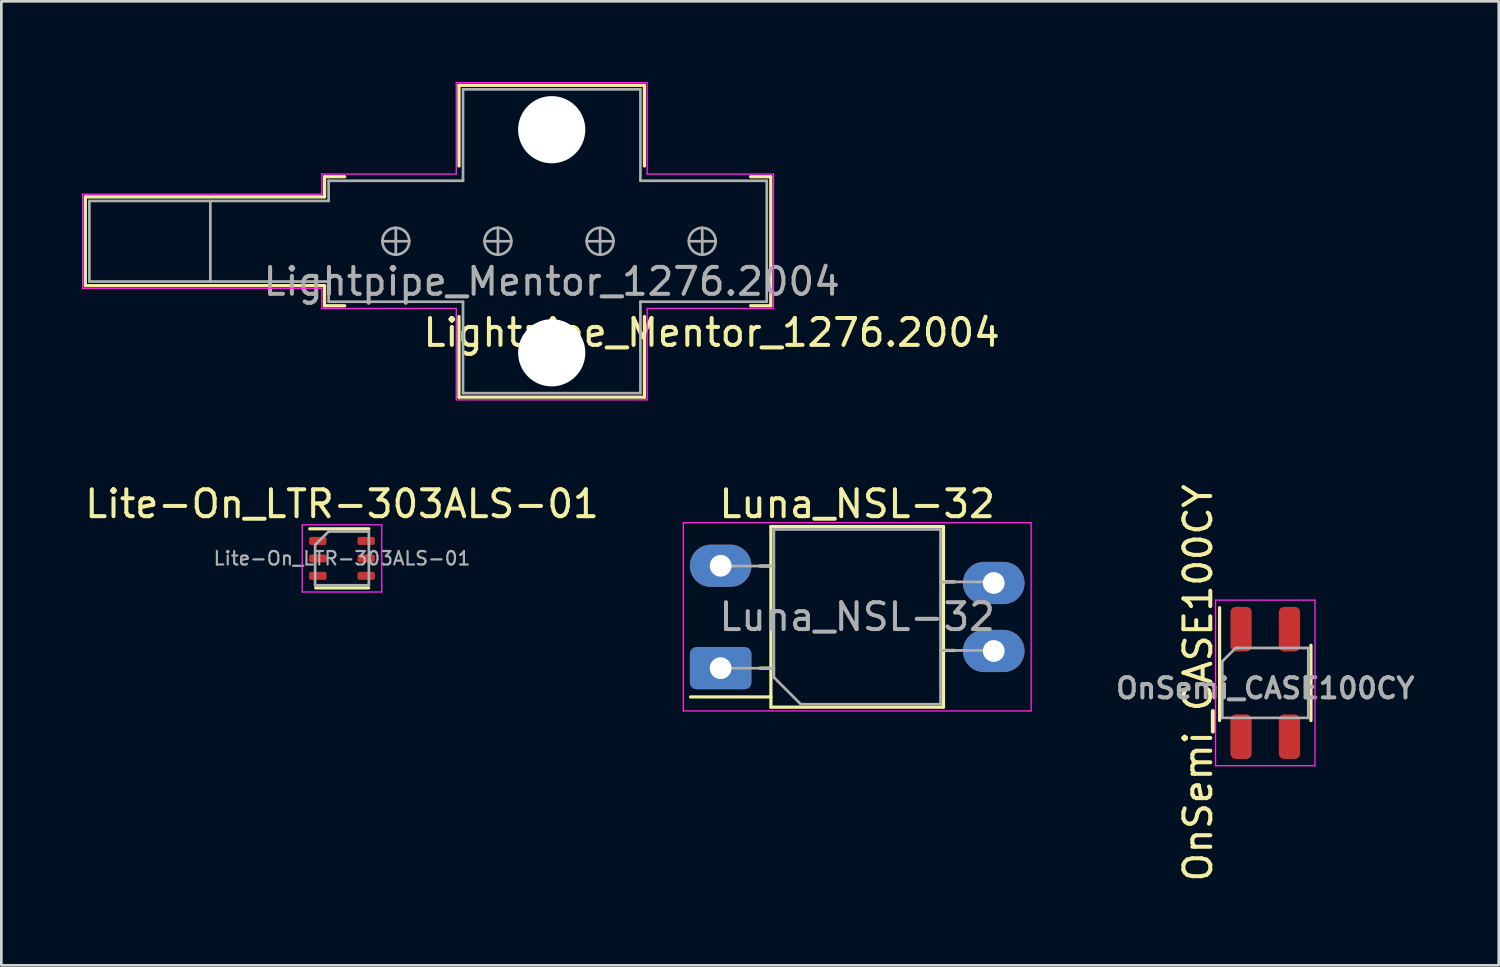
<source format=kicad_pcb>
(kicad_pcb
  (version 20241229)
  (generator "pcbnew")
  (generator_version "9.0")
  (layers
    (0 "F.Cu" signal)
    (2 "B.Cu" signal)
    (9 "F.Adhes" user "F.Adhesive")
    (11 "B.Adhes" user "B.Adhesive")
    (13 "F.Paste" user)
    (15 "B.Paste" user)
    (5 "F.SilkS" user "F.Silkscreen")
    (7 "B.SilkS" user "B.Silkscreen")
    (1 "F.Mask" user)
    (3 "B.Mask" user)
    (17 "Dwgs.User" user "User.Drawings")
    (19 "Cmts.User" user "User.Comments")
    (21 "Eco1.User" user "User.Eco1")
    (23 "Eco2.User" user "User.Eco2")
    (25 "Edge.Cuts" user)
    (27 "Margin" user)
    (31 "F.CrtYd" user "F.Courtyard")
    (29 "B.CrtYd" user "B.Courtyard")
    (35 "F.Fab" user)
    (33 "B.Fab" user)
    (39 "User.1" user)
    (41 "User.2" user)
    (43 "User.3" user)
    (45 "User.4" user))
  (footprint "Lite-On_LTR-303ALS-01"
    (layer "F.Cu")
    (at 9.673 17.723)
    (property "Reference" "Lite-On_LTR-303ALS-01" (at 0 -2.025 0) (layer "F.SilkS") (effects (font (size 1 1) (thickness 0.15))))
    (attr smd)
    (fp_line (start -1.2 -1.1) (end 1 -1.1) (stroke (width 0.12) (type solid)) (layer "F.SilkS"))
    (fp_line (start -0.98 1.1) (end 0.99 1.1) (stroke (width 0.12) (type solid)) (layer "F.SilkS"))
    (fp_line (start -1.48 -1.25) (end -1.48 1.25) (stroke (width 0.05) (type solid)) (layer "F.CrtYd"))
    (fp_line (start -1.48 1.25) (end 1.48 1.25) (stroke (width 0.05) (type solid)) (layer "F.CrtYd"))
    (fp_line (start 1.48 -1.25) (end -1.48 -1.25) (stroke (width 0.05) (type solid)) (layer "F.CrtYd"))
    (fp_line (start 1.48 1.25) (end 1.48 -1.25) (stroke (width 0.05) (type solid)) (layer "F.CrtYd"))
    (fp_line (start -1 -0.5) (end -0.5 -1) (stroke (width 0.1) (type solid)) (layer "F.Fab"))
    (fp_line (start -1 1) (end -1 -0.5) (stroke (width 0.1) (type solid)) (layer "F.Fab"))
    (fp_line (start -0.5 -1) (end 1 -1) (stroke (width 0.1) (type solid)) (layer "F.Fab"))
    (fp_line (start 1 -1) (end 1 1) (stroke (width 0.1) (type solid)) (layer "F.Fab"))
    (fp_line (start 1 1) (end -1 1) (stroke (width 0.1) (type solid)) (layer "F.Fab"))
    (fp_text user "${REFERENCE}" (at 0 0 0) (layer "F.Fab") (effects (font (size 0.5 0.5) (thickness 0.08))))
    (pad "1" smd roundrect (at -0.9 -0.65) (size 0.65 0.3) (layers "F.Cu" "F.Mask" "F.Paste") (roundrect_rratio 0.25))
    (pad "2" smd roundrect (at -0.9 0) (size 0.65 0.3) (layers "F.Cu" "F.Mask" "F.Paste") (roundrect_rratio 0.25))
    (pad "3" smd roundrect (at -0.9 0.65) (size 0.65 0.3) (layers "F.Cu" "F.Mask" "F.Paste") (roundrect_rratio 0.25))
    (pad "4" smd roundrect (at 0.9 0.65) (size 0.65 0.3) (layers "F.Cu" "F.Mask" "F.Paste") (roundrect_rratio 0.25))
    (pad "5" smd roundrect (at 0.9 0) (size 0.65 0.3) (layers "F.Cu" "F.Mask" "F.Paste") (roundrect_rratio 0.25))
    (pad "6" smd roundrect (at 0.9 -0.65) (size 0.65 0.3) (layers "F.Cu" "F.Mask" "F.Paste") (roundrect_rratio 0.25)))
  (footprint "OnSemi_CASE100CY"
    (layer "F.Cu")
    (at 44.021 22.356)
    (property "Reference" "OnSemi_CASE100CY" (at -2.5 0 90) (layer "F.SilkS") (effects (font (size 1 1) (thickness 0.15))))
    (attr smd)
    (fp_line (start -1.7 1.4) (end -1.7 -2.8) (stroke (width 0.12) (type solid)) (layer "F.SilkS"))
    (fp_line (start 1.7 1.4) (end 1.7 -1.4) (stroke (width 0.12) (type solid)) (layer "F.SilkS"))
    (fp_line (start -1.85 -3.08) (end -1.85 3.08) (stroke (width 0.05) (type solid)) (layer "F.CrtYd"))
    (fp_line (start -1.85 -3.08) (end 1.85 -3.08) (stroke (width 0.05) (type solid)) (layer "F.CrtYd"))
    (fp_line (start 1.85 3.08) (end -1.85 3.08) (stroke (width 0.05) (type solid)) (layer "F.CrtYd"))
    (fp_line (start 1.85 3.08) (end 1.85 -3.08) (stroke (width 0.05) (type solid)) (layer "F.CrtYd"))
    (fp_line (start -1.6 -0.8) (end -1.1 -1.3) (stroke (width 0.1) (type solid)) (layer "F.Fab"))
    (fp_line (start -1.6 1.3) (end -1.6 -0.8) (stroke (width 0.1) (type solid)) (layer "F.Fab"))
    (fp_line (start -1.1 -1.3) (end 1.6 -1.3) (stroke (width 0.1) (type solid)) (layer "F.Fab"))
    (fp_line (start 1.6 -1.3) (end 1.6 1.3) (stroke (width 0.1) (type solid)) (layer "F.Fab"))
    (fp_line (start 1.6 1.3) (end -1.6 1.3) (stroke (width 0.1) (type solid)) (layer "F.Fab"))
    (fp_text user "${REFERENCE}" (at 0 0.2 0) (layer "F.Fab") (effects (font (size 0.75 0.75) (thickness 0.15))))
    (pad "1" smd roundrect (at -0.9 -2) (size 0.79 1.66) (layers "F.Cu" "F.Mask" "F.Paste") (roundrect_rratio 0.25))
    (pad "2" smd roundrect (at -0.9 2) (size 0.79 1.66) (layers "F.Cu" "F.Mask" "F.Paste") (roundrect_rratio 0.25))
    (pad "3" smd roundrect (at 0.9 2) (size 0.79 1.66) (layers "F.Cu" "F.Mask" "F.Paste") (roundrect_rratio 0.25))
    (pad "4" smd roundrect (at 0.9 -2) (size 0.79 1.66) (layers "F.Cu" "F.Mask" "F.Paste") (roundrect_rratio 0.25)))
  (footprint "Lightpipe_Mentor_1276.2004"
    (layer "F.Cu")
    (at 17.475 5.925)
    (property "Reference" "Lightpipe_Mentor_1276.2004" (at 5.95 3.4 0) (layer "F.SilkS") (effects (font (size 1 1) (thickness 0.15))))
    (attr through_hole)
    (fp_line (start -17.35 -1.65) (end -17.35 1.65) (stroke (width 0.12) (type solid)) (layer "F.SilkS"))
    (fp_line (start -17.35 1.65) (end -8.45 1.65) (stroke (width 0.12) (type solid)) (layer "F.SilkS"))
    (fp_line (start -8.45 -2.4) (end -8.45 -1.65) (stroke (width 0.12) (type solid)) (layer "F.SilkS"))
    (fp_line (start -8.45 -2.4) (end -7.7 -2.4) (stroke (width 0.12) (type solid)) (layer "F.SilkS"))
    (fp_line (start -8.45 -1.65) (end -17.35 -1.65) (stroke (width 0.12) (type solid)) (layer "F.SilkS"))
    (fp_line (start -8.45 1.65) (end -8.45 2.4) (stroke (width 0.12) (type solid)) (layer "F.SilkS"))
    (fp_line (start -8.45 2.4) (end -7.7 2.4) (stroke (width 0.12) (type solid)) (layer "F.SilkS"))
    (fp_line (start -3.45 -5.8) (end 3.45 -5.8) (stroke (width 0.12) (type solid)) (layer "F.SilkS"))
    (fp_line (start -3.45 -2.8) (end -3.45 -5.8) (stroke (width 0.12) (type solid)) (layer "F.SilkS"))
    (fp_line (start -3.45 5.8) (end -3.45 2.8) (stroke (width 0.12) (type solid)) (layer "F.SilkS"))
    (fp_line (start 3.45 -5.8) (end 3.45 -2.8) (stroke (width 0.12) (type solid)) (layer "F.SilkS"))
    (fp_line (start 3.45 2.8) (end 3.45 5.8) (stroke (width 0.12) (type solid)) (layer "F.SilkS"))
    (fp_line (start 3.45 5.8) (end -3.45 5.8) (stroke (width 0.12) (type solid)) (layer "F.SilkS"))
    (fp_line (start 8.15 -2.4) (end 7.4 -2.4) (stroke (width 0.12) (type solid)) (layer "F.SilkS"))
    (fp_line (start 8.15 -2.4) (end 8.15 2.4) (stroke (width 0.12) (type solid)) (layer "F.SilkS"))
    (fp_line (start 8.15 2.4) (end 7.4 2.4) (stroke (width 0.12) (type solid)) (layer "F.SilkS"))
    (fp_line (start -17.45 -1.75) (end -8.55 -1.75) (stroke (width 0.05) (type solid)) (layer "F.CrtYd"))
    (fp_line (start -17.45 1.75) (end -17.45 -1.75) (stroke (width 0.05) (type solid)) (layer "F.CrtYd"))
    (fp_line (start -8.55 -1.75) (end -8.55 -2.5) (stroke (width 0.05) (type solid)) (layer "F.CrtYd"))
    (fp_line (start -8.55 1.75) (end -17.45 1.75) (stroke (width 0.05) (type solid)) (layer "F.CrtYd"))
    (fp_line (start -8.55 2.5) (end -8.55 1.75) (stroke (width 0.05) (type solid)) (layer "F.CrtYd"))
    (fp_line (start -8.55 2.5) (end -3.55 2.5) (stroke (width 0.05) (type solid)) (layer "F.CrtYd"))
    (fp_line (start -3.55 -5.9) (end -3.55 -2.5) (stroke (width 0.05) (type solid)) (layer "F.CrtYd"))
    (fp_line (start -3.55 -2.5) (end -8.55 -2.5) (stroke (width 0.05) (type solid)) (layer "F.CrtYd"))
    (fp_line (start -3.55 2.5) (end -3.55 5.9) (stroke (width 0.05) (type solid)) (layer "F.CrtYd"))
    (fp_line (start -3.55 5.9) (end 3.55 5.9) (stroke (width 0.05) (type solid)) (layer "F.CrtYd"))
    (fp_line (start 3.55 -5.9) (end -3.55 -5.9) (stroke (width 0.05) (type solid)) (layer "F.CrtYd"))
    (fp_line (start 3.55 -2.5) (end 3.55 -5.9) (stroke (width 0.05) (type solid)) (layer "F.CrtYd"))
    (fp_line (start 3.55 2.5) (end 8.25 2.5) (stroke (width 0.05) (type solid)) (layer "F.CrtYd"))
    (fp_line (start 3.55 5.9) (end 3.55 2.5) (stroke (width 0.05) (type solid)) (layer "F.CrtYd"))
    (fp_line (start 8.25 -2.5) (end 3.55 -2.5) (stroke (width 0.05) (type solid)) (layer "F.CrtYd"))
    (fp_line (start 8.25 2.5) (end 8.25 -2.5) (stroke (width 0.05) (type solid)) (layer "F.CrtYd"))
    (fp_line (start -17.2 -1.5) (end -17.2 1.5) (stroke (width 0.1) (type solid)) (layer "F.Fab"))
    (fp_line (start -17.2 -1.5) (end -8.3 -1.5) (stroke (width 0.1) (type solid)) (layer "F.Fab"))
    (fp_line (start -17.2 1.5) (end -8.3 1.5) (stroke (width 0.1) (type solid)) (layer "F.Fab"))
    (fp_line (start -12.7 1.5) (end -12.7 -1.5) (stroke (width 0.1) (type solid)) (layer "F.Fab"))
    (fp_line (start -8.3 -2.25) (end -3.3 -2.25) (stroke (width 0.1) (type solid)) (layer "F.Fab"))
    (fp_line (start -8.3 -1.5) (end -8.3 -2.25) (stroke (width 0.1) (type solid)) (layer "F.Fab"))
    (fp_line (start -8.3 1.5) (end -8.3 2.25) (stroke (width 0.1) (type solid)) (layer "F.Fab"))
    (fp_line (start -8.3 2.25) (end -3.3 2.25) (stroke (width 0.1) (type solid)) (layer "F.Fab"))
    (fp_line (start -6.3 0) (end -5.3 0) (stroke (width 0.1) (type solid)) (layer "F.Fab"))
    (fp_line (start -5.8 -0.5) (end -5.8 0.5) (stroke (width 0.1) (type solid)) (layer "F.Fab"))
    (fp_line (start -3.3 -5.65) (end 3.3 -5.65) (stroke (width 0.1) (type solid)) (layer "F.Fab"))
    (fp_line (start -3.3 -2.25) (end -3.3 -5.65) (stroke (width 0.1) (type solid)) (layer "F.Fab"))
    (fp_line (start -3.3 5.65) (end -3.3 2.25) (stroke (width 0.1) (type solid)) (layer "F.Fab"))
    (fp_line (start -2.5 0) (end -1.5 0) (stroke (width 0.1) (type solid)) (layer "F.Fab"))
    (fp_line (start -2 -0.5) (end -2 0.5) (stroke (width 0.1) (type solid)) (layer "F.Fab"))
    (fp_line (start 1.3 0) (end 2.3 0) (stroke (width 0.1) (type solid)) (layer "F.Fab"))
    (fp_line (start 1.8 -0.5) (end 1.8 0.5) (stroke (width 0.1) (type solid)) (layer "F.Fab"))
    (fp_line (start 3.3 -5.65) (end 3.3 -2.25) (stroke (width 0.1) (type solid)) (layer "F.Fab"))
    (fp_line (start 3.3 -2.25) (end 8 -2.25) (stroke (width 0.1) (type solid)) (layer "F.Fab"))
    (fp_line (start 3.3 2.25) (end 3.3 5.65) (stroke (width 0.1) (type solid)) (layer "F.Fab"))
    (fp_line (start 3.3 5.65) (end -3.3 5.65) (stroke (width 0.1) (type solid)) (layer "F.Fab"))
    (fp_line (start 5.1 0) (end 6.1 0) (stroke (width 0.1) (type solid)) (layer "F.Fab"))
    (fp_line (start 5.6 -0.5) (end 5.6 0.5) (stroke (width 0.1) (type solid)) (layer "F.Fab"))
    (fp_line (start 8 -2.25) (end 8 2.25) (stroke (width 0.1) (type solid)) (layer "F.Fab"))
    (fp_line (start 8 2.25) (end 3.3 2.25) (stroke (width 0.1) (type solid)) (layer "F.Fab"))
    (fp_circle (center -5.8 0) (end -5.8 0.5) (stroke (width 0.1) (type solid)) (fill no) (layer "F.Fab"))
    (fp_circle (center -2 0) (end -2 0.5) (stroke (width 0.1) (type solid)) (fill no) (layer "F.Fab"))
    (fp_circle (center 1.8 0) (end 1.8 0.5) (stroke (width 0.1) (type solid)) (fill no) (layer "F.Fab"))
    (fp_circle (center 5.6 0) (end 5.6 0.5) (stroke (width 0.1) (type solid)) (fill no) (layer "F.Fab"))
    (fp_text user "${REFERENCE}" (at 0 1.5 0) (layer "F.Fab") (effects (font (size 1 1) (thickness 0.15))))
    (pad "" np_thru_hole circle (at 0 -4.15) (size 2.5 2.5) (drill 2.5) (layers "*.Cu" "*.Mask"))
    (pad "" np_thru_hole circle (at 0 4.15) (size 2.5 2.5) (drill 2.5) (layers "*.Cu" "*.Mask")))
  (footprint "Luna_NSL-32"
    (layer "F.Cu")
    (at 23.76 21.808)
    (property "Reference" "Luna_NSL-32" (at 5.08 -6.11 180) (layer "F.SilkS") (effects (font (size 1 1) (thickness 0.15))))
    (attr through_hole)
    (fp_line (start -1.12 1.07) (end 1.87 1.07) (stroke (width 0.12) (type solid)) (layer "F.SilkS"))
    (fp_line (start 1.46 -3.8) (end 1.87 -3.8) (stroke (width 0.12) (type solid)) (layer "F.SilkS"))
    (fp_line (start 1.46 0) (end 1.87 0) (stroke (width 0.12) (type solid)) (layer "F.SilkS"))
    (fp_line (start 1.87 -5.27) (end 8.29 -5.27) (stroke (width 0.12) (type solid)) (layer "F.SilkS"))
    (fp_line (start 1.87 1.45) (end 1.87 -5.27) (stroke (width 0.12) (type solid)) (layer "F.SilkS"))
    (fp_line (start 8.29 -5.27) (end 8.29 1.45) (stroke (width 0.12) (type solid)) (layer "F.SilkS"))
    (fp_line (start 8.29 -3.21) (end 8.7 -3.21) (stroke (width 0.12) (type solid)) (layer "F.SilkS"))
    (fp_line (start 8.29 -0.66) (end 8.7 -0.66) (stroke (width 0.12) (type solid)) (layer "F.SilkS"))
    (fp_line (start 8.29 1.45) (end 1.87 1.45) (stroke (width 0.12) (type solid)) (layer "F.SilkS"))
    (fp_line (start -1.39 -5.41) (end -1.39 1.59) (stroke (width 0.05) (type solid)) (layer "F.CrtYd"))
    (fp_line (start -1.39 -5.41) (end 11.55 -5.41) (stroke (width 0.05) (type solid)) (layer "F.CrtYd"))
    (fp_line (start 11.55 1.59) (end -1.39 1.59) (stroke (width 0.05) (type solid)) (layer "F.CrtYd"))
    (fp_line (start 11.55 1.59) (end 11.55 -5.41) (stroke (width 0.05) (type solid)) (layer "F.CrtYd"))
    (fp_line (start -0.02 0) (end 1.98 0) (stroke (width 0.1) (type solid)) (layer "F.Fab"))
    (fp_line (start 0.03 -3.8) (end 1.98 -3.8) (stroke (width 0.1) (type solid)) (layer "F.Fab"))
    (fp_line (start 1.98 -5.16) (end 8.18 -5.16) (stroke (width 0.1) (type solid)) (layer "F.Fab"))
    (fp_line (start 1.98 0.34) (end 1.98 -5.16) (stroke (width 0.1) (type solid)) (layer "F.Fab"))
    (fp_line (start 2.98 1.34) (end 1.98 0.34) (stroke (width 0.1) (type solid)) (layer "F.Fab"))
    (fp_line (start 8.18 -5.16) (end 8.18 1.34) (stroke (width 0.1) (type solid)) (layer "F.Fab"))
    (fp_line (start 8.18 -0.66) (end 10.18 -0.66) (stroke (width 0.1) (type solid)) (layer "F.Fab"))
    (fp_line (start 8.18 1.34) (end 2.98 1.34) (stroke (width 0.1) (type solid)) (layer "F.Fab"))
    (fp_line (start 10.18 -3.21) (end 8.18 -3.21) (stroke (width 0.1) (type solid)) (layer "F.Fab"))
    (fp_text user "${REFERENCE}" (at 5.08 -1.91 0) (layer "F.Fab") (effects (font (size 1 1) (thickness 0.15))))
    (pad "1" thru_hole roundrect (at 0 0) (size 2.29 1.57) (drill 0.81) (layers "*.Cu" "*.Mask") (roundrect_rratio 0.159))
    (pad "2" thru_hole oval (at 0 -3.81) (size 2.29 1.57) (drill 0.81) (layers "*.Cu" "*.Mask"))
    (pad "3" thru_hole oval (at 10.16 -3.17) (size 2.29 1.57) (drill 0.81) (layers "*.Cu" "*.Mask"))
    (pad "4" thru_hole oval (at 10.16 -0.64) (size 2.29 1.57) (drill 0.81) (layers "*.Cu" "*.Mask")))
  (gr_rect
    (start -3 -3)
    (end 52.707 32.862)
    (stroke (width 0.1) (type default))
    (fill no)
    (layer "Edge.Cuts")))
</source>
